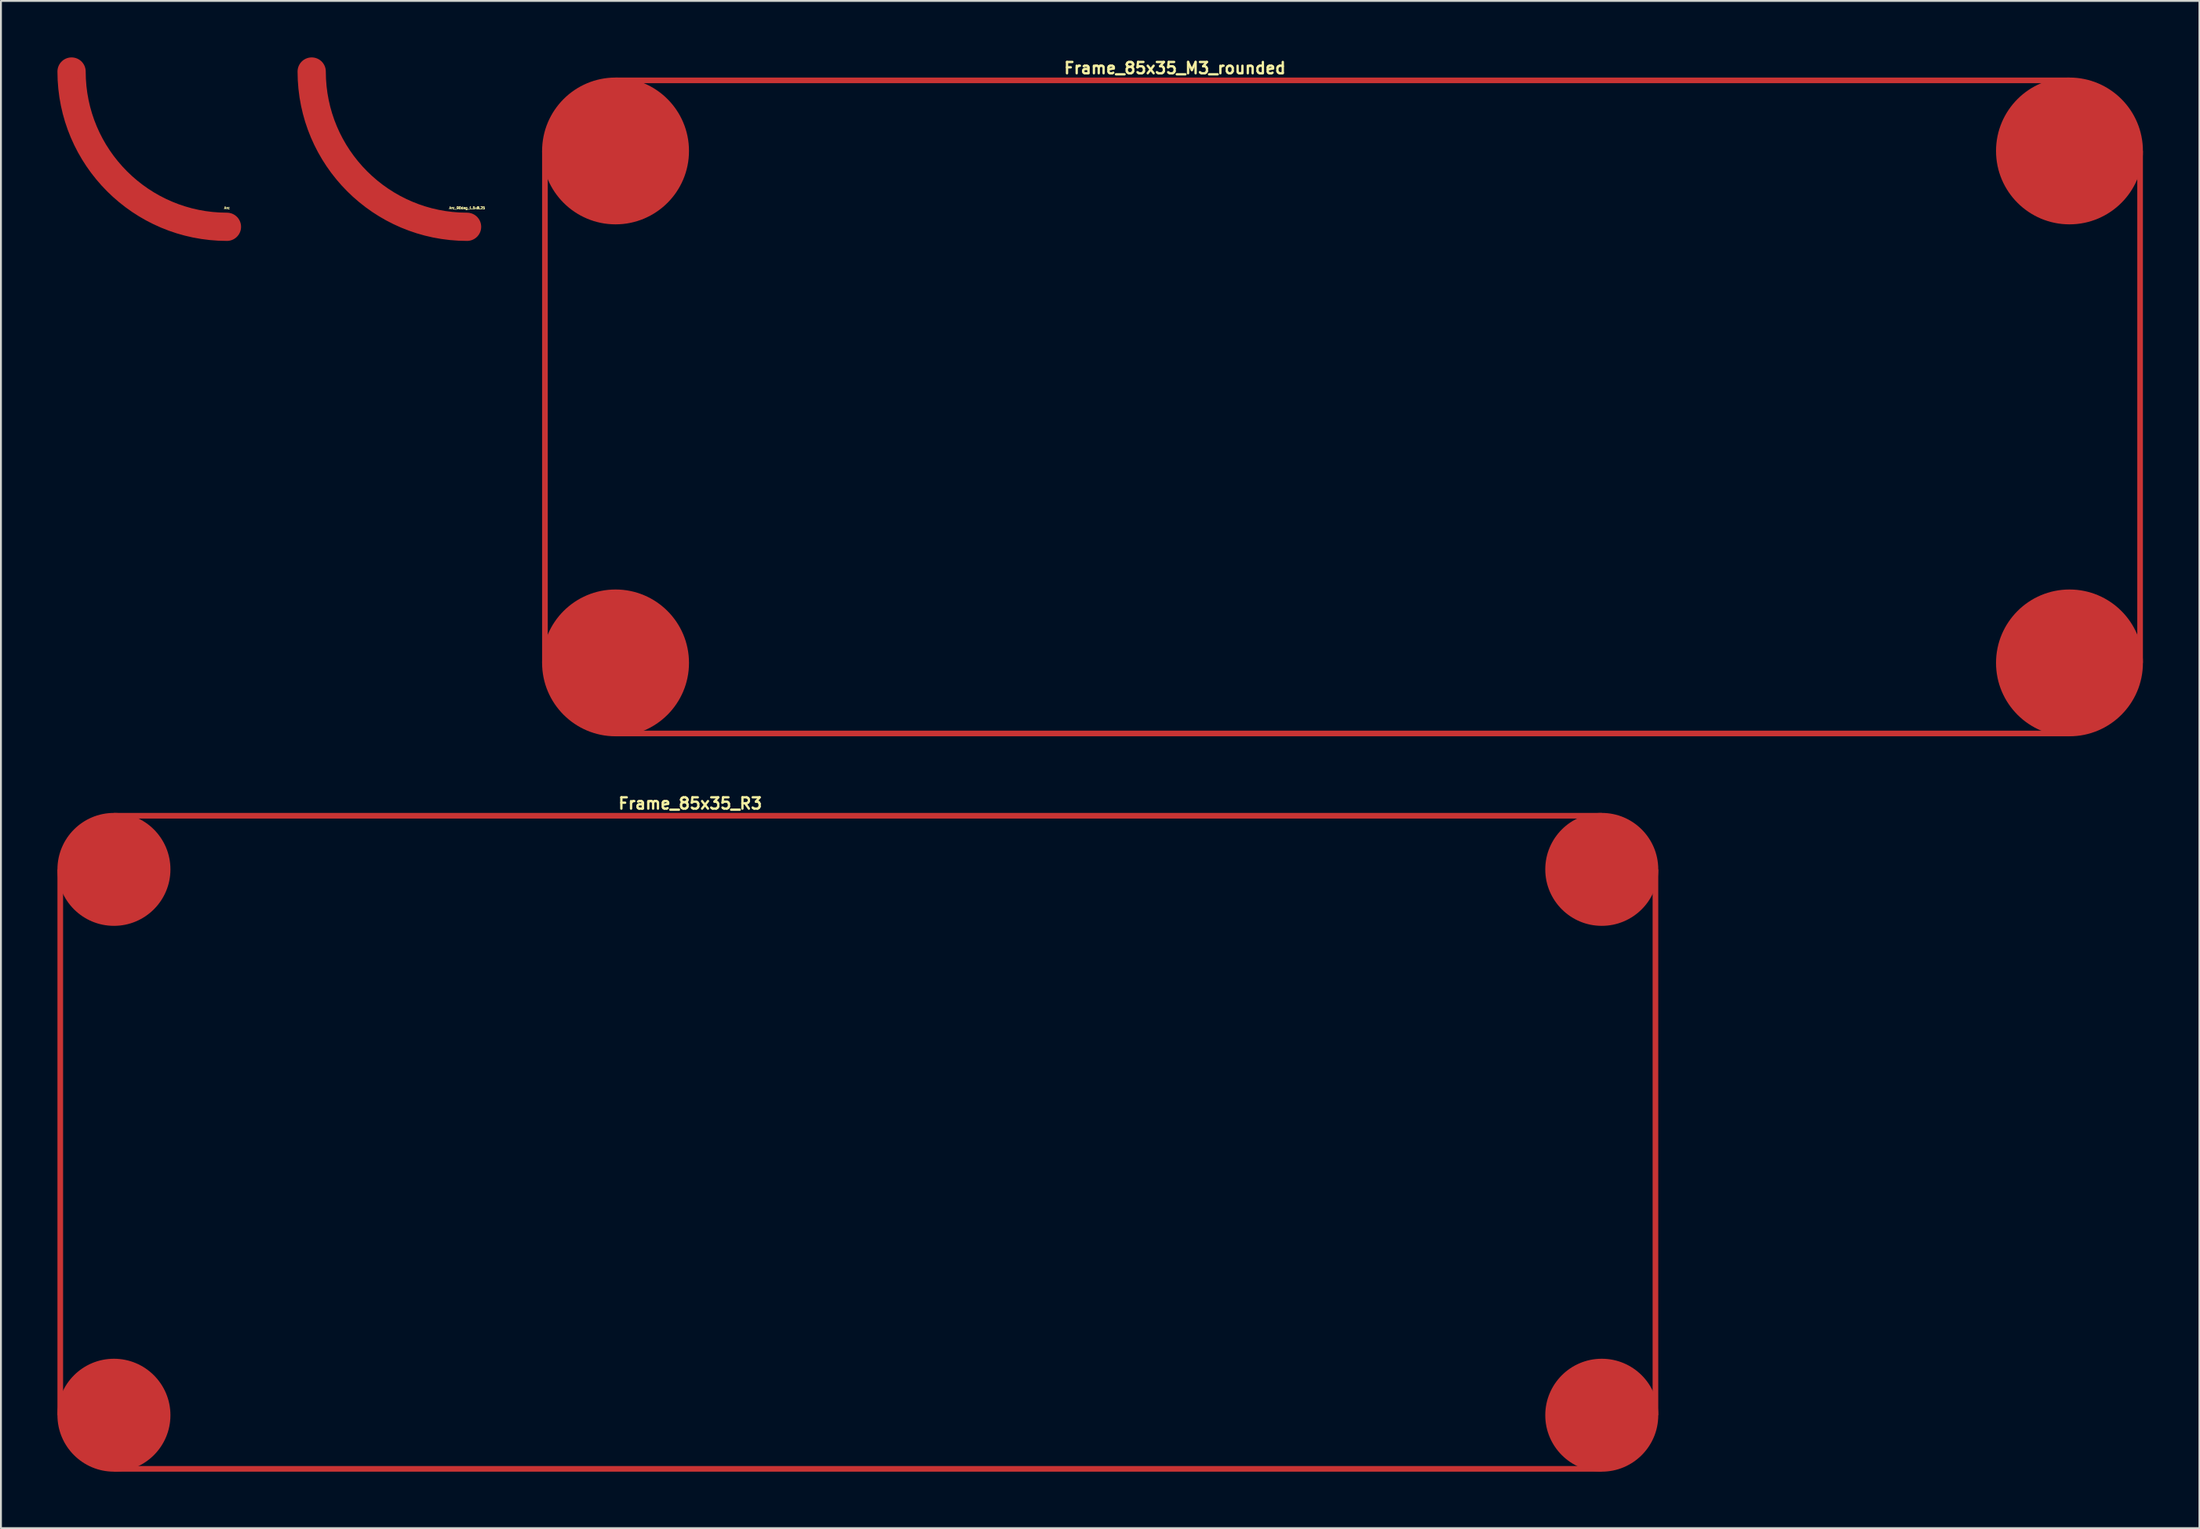
<source format=kicad_pcb>
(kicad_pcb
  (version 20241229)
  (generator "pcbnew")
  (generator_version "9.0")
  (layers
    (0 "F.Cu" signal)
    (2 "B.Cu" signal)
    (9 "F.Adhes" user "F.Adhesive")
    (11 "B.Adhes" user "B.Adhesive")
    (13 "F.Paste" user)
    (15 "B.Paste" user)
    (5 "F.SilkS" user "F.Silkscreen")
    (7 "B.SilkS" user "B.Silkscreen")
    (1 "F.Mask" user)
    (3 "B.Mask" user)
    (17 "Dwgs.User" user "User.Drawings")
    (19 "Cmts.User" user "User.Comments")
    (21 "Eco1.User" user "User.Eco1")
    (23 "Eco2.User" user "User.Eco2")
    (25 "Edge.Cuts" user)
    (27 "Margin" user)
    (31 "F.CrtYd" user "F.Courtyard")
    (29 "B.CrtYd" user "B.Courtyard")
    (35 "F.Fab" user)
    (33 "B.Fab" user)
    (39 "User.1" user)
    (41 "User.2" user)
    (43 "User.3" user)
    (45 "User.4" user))
  (footprint "Frame_85x35_R3"
    (layer "F.Cu")
    (at 42.5 57.641)
    (property "Reference" "Frame_85x35_R3" (at -8.9 -18 0) (layer "F.SilkS") (effects (font (size 0.6 0.6) (thickness 0.125))))
    (attr exclude_from_pos_files exclude_from_bom)
    (pad "1" connect rect (at -42.35 0) (size 0.3 29) (layers "F.Cu" "F.Mask"))
    (pad "1" connect circle (at -39.5 -14.5) (size 6 6) (layers "F.Cu" "F.Mask"))
    (pad "1" connect circle (at -39.5 14.5) (size 6 6) (layers "F.Cu" "F.Mask"))
    (pad "1" connect rect (at 0 -17.35) (size 79 0.3) (layers "F.Cu" "F.Mask"))
    (pad "1" connect rect (at 0 17.35) (size 79 0.3) (layers "F.Cu" "F.Mask"))
    (pad "1" connect circle (at 39.5 -14.5) (size 6 6) (layers "F.Cu" "F.Mask"))
    (pad "1" connect circle (at 39.5 14.5) (size 6 6) (layers "F.Cu" "F.Mask"))
    (pad "1" connect rect (at 42.35 0) (size 0.3 29) (layers "F.Cu" "F.Mask")))
  (footprint "Frame_85x35_M3_rounded"
    (layer "F.Cu")
    (at 68.234 18.57)
    (property "Reference" "Frame_85x35_M3_rounded" (at -8.9 -18 0) (layer "F.SilkS") (effects (font (size 0.6 0.6) (thickness 0.125))))
    (attr exclude_from_pos_files exclude_from_bom)
    (pad "1" connect rect (at -42.35 0) (size 0.3 27.2) (layers "F.Cu" "F.Mask"))
    (pad "1" connect circle (at -38.6 -13.6) (size 7.8 7.8) (layers "F.Cu" "F.Mask"))
    (pad "1" connect circle (at -38.6 13.6) (size 7.8 7.8) (layers "F.Cu" "F.Mask"))
    (pad "1" connect rect (at 0 -17.35) (size 77.2 0.3) (layers "F.Cu" "F.Mask"))
    (pad "1" connect rect (at 0 17.35) (size 77.2 0.3) (layers "F.Cu" "F.Mask"))
    (pad "1" connect circle (at 38.6 -13.6) (size 7.8 7.8) (layers "F.Cu" "F.Mask"))
    (pad "1" connect circle (at 38.6 13.6) (size 7.8 7.8) (layers "F.Cu" "F.Mask"))
    (pad "1" connect rect (at 42.35 0) (size 0.3 27.2) (layers "F.Cu" "F.Mask")))
  (footprint "Arc"
    (layer "F.Cu")
    (at 9 9)
    (property "Reference" "Arc" (at 0 -1 0) (layer "F.SilkS") (effects (font (size 0.127 0.127) (thickness 0.032))))
    (attr exclude_from_pos_files exclude_from_bom)
    (fp_arc (start 0 0) (mid -5.833631 -2.416369) (end -8.25 -8.25) (stroke (width 1.5) (type solid)) (layer "F.Cu"))
    (pad "1" connect circle (at 0 0) (size 1 1) (layers "F.Cu"))
    (pad "2" connect circle (at -8.25 -8.25) (size 1 1) (layers "F.Cu")))
  (footprint "Arc_90deg_1.5x8.25"
    (layer "F.Cu")
    (at 21.75 9)
    (property "Reference" "Arc_90deg_1.5x8.25" (at 0 -1 0) (layer "F.SilkS") (effects (font (size 0.127 0.127) (thickness 0.032))))
    (attr exclude_from_pos_files exclude_from_bom)
    (fp_arc (start 0 0) (mid -5.833631 -2.416369) (end -8.25 -8.25) (stroke (width 1.5) (type solid)) (layer "F.Cu"))
    (pad "1" connect circle (at 0 0) (size 1 1) (layers "F.Cu"))
    (pad "2" connect circle (at -8.25 -8.25) (size 1 1) (layers "F.Cu")))
  (gr_rect
    (start -3 -3)
    (end 113.734 78.141)
    (stroke (width 0.1) (type default))
    (fill no)
    (layer "Edge.Cuts")))
</source>
